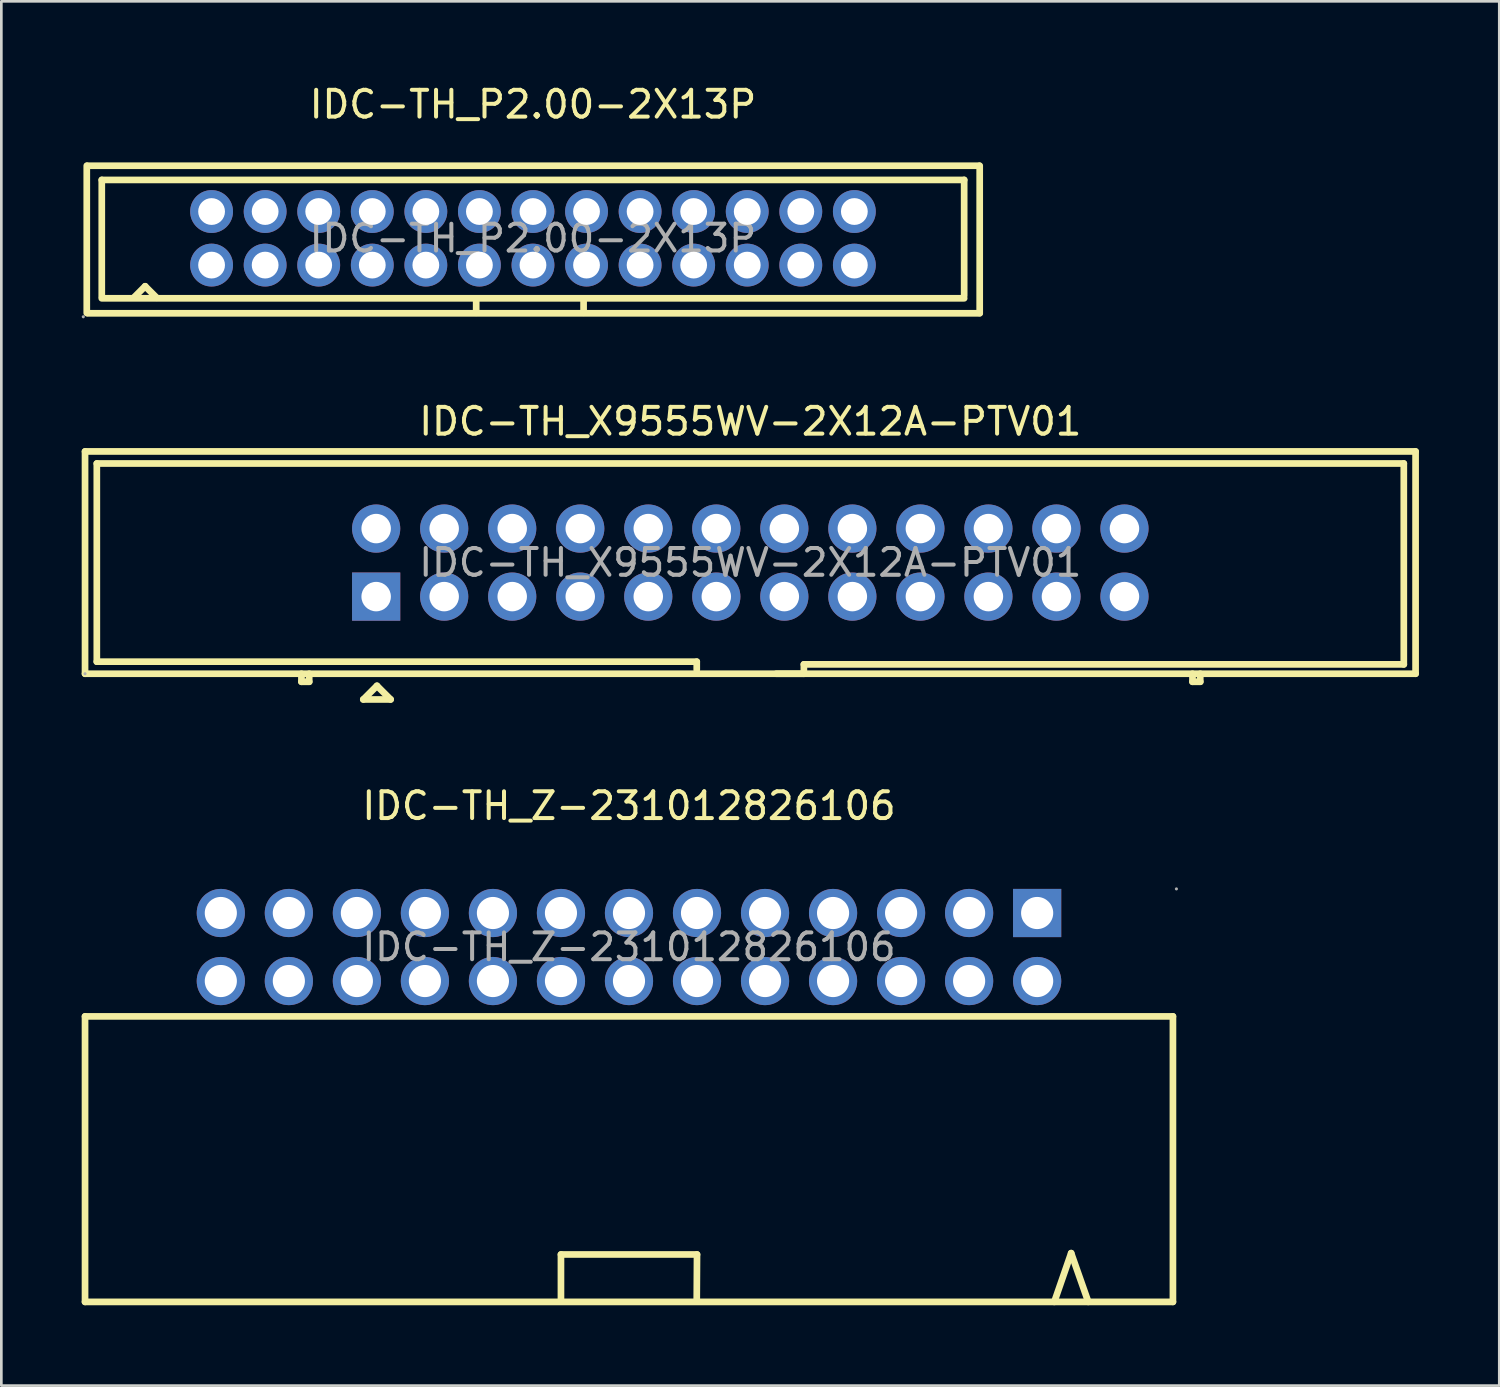
<source format=kicad_pcb>
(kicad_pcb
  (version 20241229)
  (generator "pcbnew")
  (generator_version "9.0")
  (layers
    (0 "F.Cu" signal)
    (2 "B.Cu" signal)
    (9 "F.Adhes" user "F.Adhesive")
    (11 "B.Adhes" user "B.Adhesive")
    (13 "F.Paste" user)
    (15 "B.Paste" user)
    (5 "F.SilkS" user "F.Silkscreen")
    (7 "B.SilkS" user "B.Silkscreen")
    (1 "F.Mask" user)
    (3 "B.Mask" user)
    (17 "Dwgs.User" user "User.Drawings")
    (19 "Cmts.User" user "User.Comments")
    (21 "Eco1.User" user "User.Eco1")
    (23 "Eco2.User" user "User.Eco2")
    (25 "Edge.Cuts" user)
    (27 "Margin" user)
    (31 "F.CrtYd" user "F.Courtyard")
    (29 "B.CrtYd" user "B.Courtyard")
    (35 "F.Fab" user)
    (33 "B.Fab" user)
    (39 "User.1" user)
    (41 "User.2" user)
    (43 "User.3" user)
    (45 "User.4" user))
  (footprint "IDC-TH_P2.00-2X13P"
    (layer "F.Cu")
    (at 16.85 5.848)
    (property "Reference" "IDC-TH_P2.00-2X13P" (at 0 -5 0) (layer "F.SilkS") (effects (font (size 1 1) (thickness 0.15))))
    (attr through_hole)
    (fp_line (start -16.66 -2.71) (end -16.66 2.79) (stroke (width 0.25) (type solid)) (layer "F.SilkS"))
    (fp_line (start -16.64 -2.71) (end 16.66 -2.71) (stroke (width 0.25) (type solid)) (layer "F.SilkS"))
    (fp_line (start -16.62 2.8) (end 16.68 2.8) (stroke (width 0.25) (type solid)) (layer "F.SilkS"))
    (fp_line (start -16.1 -2.18) (end -16.1 2.17) (stroke (width 0.25) (type solid)) (layer "F.SilkS"))
    (fp_line (start -16.1 -2.18) (end 16.1 -2.18) (stroke (width 0.25) (type solid)) (layer "F.SilkS"))
    (fp_line (start -16.1 2.24) (end 16.1 2.24) (stroke (width 0.25) (type solid)) (layer "F.SilkS"))
    (fp_line (start -14.88 2.19) (end -14.48 1.79) (stroke (width 0.25) (type solid)) (layer "F.SilkS"))
    (fp_line (start -14.48 1.79) (end -14.05 2.22) (stroke (width 0.25) (type solid)) (layer "F.SilkS"))
    (fp_line (start -2.12 2.24) (end -2.12 2.78) (stroke (width 0.25) (type solid)) (layer "F.SilkS"))
    (fp_line (start 1.89 2.27) (end 1.89 2.78) (stroke (width 0.25) (type solid)) (layer "F.SilkS"))
    (fp_line (start 16.1 -2.18) (end 16.1 2.14) (stroke (width 0.25) (type solid)) (layer "F.SilkS"))
    (fp_line (start 16.68 -2.71) (end 16.68 2.79) (stroke (width 0.25) (type solid)) (layer "F.SilkS"))
    (fp_circle (center -16.79 2.93) (end -16.76 2.93) (stroke (width 0.06) (type solid)) (fill no) (layer "F.Fab"))
    (fp_circle (center -12 -1) (end -11.8 -1) (stroke (width 0.4) (type solid)) (fill no) (layer "F.Fab"))
    (fp_circle (center -12 1) (end -11.8 1) (stroke (width 0.4) (type solid)) (fill no) (layer "F.Fab"))
    (fp_circle (center -10 -1) (end -9.8 -1) (stroke (width 0.4) (type solid)) (fill no) (layer "F.Fab"))
    (fp_circle (center -10 1) (end -9.8 1) (stroke (width 0.4) (type solid)) (fill no) (layer "F.Fab"))
    (fp_circle (center -8 -1) (end -7.8 -1) (stroke (width 0.4) (type solid)) (fill no) (layer "F.Fab"))
    (fp_circle (center -8 1) (end -7.8 1) (stroke (width 0.4) (type solid)) (fill no) (layer "F.Fab"))
    (fp_circle (center -6 -1) (end -5.8 -1) (stroke (width 0.4) (type solid)) (fill no) (layer "F.Fab"))
    (fp_circle (center -6 1) (end -5.8 1) (stroke (width 0.4) (type solid)) (fill no) (layer "F.Fab"))
    (fp_circle (center -4 -1) (end -3.8 -1) (stroke (width 0.4) (type solid)) (fill no) (layer "F.Fab"))
    (fp_circle (center -4 1) (end -3.8 1) (stroke (width 0.4) (type solid)) (fill no) (layer "F.Fab"))
    (fp_circle (center -2 -1) (end -1.8 -1) (stroke (width 0.4) (type solid)) (fill no) (layer "F.Fab"))
    (fp_circle (center -2 1) (end -1.8 1) (stroke (width 0.4) (type solid)) (fill no) (layer "F.Fab"))
    (fp_circle (center 0 -1) (end 0.2 -1) (stroke (width 0.4) (type solid)) (fill no) (layer "F.Fab"))
    (fp_circle (center 0 1) (end 0.2 1) (stroke (width 0.4) (type solid)) (fill no) (layer "F.Fab"))
    (fp_circle (center 2 -1) (end 2.2 -1) (stroke (width 0.4) (type solid)) (fill no) (layer "F.Fab"))
    (fp_circle (center 2 1) (end 2.2 1) (stroke (width 0.4) (type solid)) (fill no) (layer "F.Fab"))
    (fp_circle (center 4 -1) (end 4.2 -1) (stroke (width 0.4) (type solid)) (fill no) (layer "F.Fab"))
    (fp_circle (center 4 1) (end 4.2 1) (stroke (width 0.4) (type solid)) (fill no) (layer "F.Fab"))
    (fp_circle (center 6 -1) (end 6.2 -1) (stroke (width 0.4) (type solid)) (fill no) (layer "F.Fab"))
    (fp_circle (center 6 1) (end 6.2 1) (stroke (width 0.4) (type solid)) (fill no) (layer "F.Fab"))
    (fp_circle (center 8 -1) (end 8.2 -1) (stroke (width 0.4) (type solid)) (fill no) (layer "F.Fab"))
    (fp_circle (center 8 1) (end 8.2 1) (stroke (width 0.4) (type solid)) (fill no) (layer "F.Fab"))
    (fp_circle (center 10 -1) (end 10.2 -1) (stroke (width 0.4) (type solid)) (fill no) (layer "F.Fab"))
    (fp_circle (center 10 1) (end 10.2 1) (stroke (width 0.4) (type solid)) (fill no) (layer "F.Fab"))
    (fp_circle (center 12 -1) (end 12.2 -1) (stroke (width 0.4) (type solid)) (fill no) (layer "F.Fab"))
    (fp_circle (center 12 1) (end 12.2 1) (stroke (width 0.4) (type solid)) (fill no) (layer "F.Fab"))
    (fp_text user "${REFERENCE}" (at 0 0 0) (layer "F.Fab") (effects (font (size 1 1) (thickness 0.15))))
    (pad "1" thru_hole circle (at -12 1) (size 1.6 1.6) (drill 1) (layers "*.Cu" "*.Paste" "*.Mask"))
    (pad "2" thru_hole circle (at -12 -1) (size 1.6 1.6) (drill 1) (layers "*.Cu" "*.Paste" "*.Mask"))
    (pad "3" thru_hole circle (at -10 1) (size 1.6 1.6) (drill 1) (layers "*.Cu" "*.Paste" "*.Mask"))
    (pad "4" thru_hole circle (at -10 -1) (size 1.6 1.6) (drill 1) (layers "*.Cu" "*.Paste" "*.Mask"))
    (pad "5" thru_hole circle (at -8 1) (size 1.6 1.6) (drill 1) (layers "*.Cu" "*.Paste" "*.Mask"))
    (pad "6" thru_hole circle (at -8 -1) (size 1.6 1.6) (drill 1) (layers "*.Cu" "*.Paste" "*.Mask"))
    (pad "7" thru_hole circle (at -6 1) (size 1.6 1.6) (drill 1) (layers "*.Cu" "*.Paste" "*.Mask"))
    (pad "8" thru_hole circle (at -6 -1) (size 1.6 1.6) (drill 1) (layers "*.Cu" "*.Paste" "*.Mask"))
    (pad "9" thru_hole circle (at -4 1) (size 1.6 1.6) (drill 1) (layers "*.Cu" "*.Paste" "*.Mask"))
    (pad "10" thru_hole circle (at -4 -1) (size 1.6 1.6) (drill 1) (layers "*.Cu" "*.Paste" "*.Mask"))
    (pad "11" thru_hole circle (at -2 1) (size 1.6 1.6) (drill 1) (layers "*.Cu" "*.Paste" "*.Mask"))
    (pad "12" thru_hole circle (at -2 -1) (size 1.6 1.6) (drill 1) (layers "*.Cu" "*.Paste" "*.Mask"))
    (pad "13" thru_hole circle (at 0 1) (size 1.6 1.6) (drill 1) (layers "*.Cu" "*.Paste" "*.Mask"))
    (pad "14" thru_hole circle (at 0 -1) (size 1.6 1.6) (drill 1) (layers "*.Cu" "*.Paste" "*.Mask"))
    (pad "15" thru_hole circle (at 2 1) (size 1.6 1.6) (drill 1) (layers "*.Cu" "*.Paste" "*.Mask"))
    (pad "16" thru_hole circle (at 2 -1) (size 1.6 1.6) (drill 1) (layers "*.Cu" "*.Paste" "*.Mask"))
    (pad "17" thru_hole circle (at 4 1) (size 1.6 1.6) (drill 1) (layers "*.Cu" "*.Paste" "*.Mask"))
    (pad "18" thru_hole circle (at 4 -1) (size 1.6 1.6) (drill 1) (layers "*.Cu" "*.Paste" "*.Mask"))
    (pad "19" thru_hole circle (at 6 1) (size 1.6 1.6) (drill 1) (layers "*.Cu" "*.Paste" "*.Mask"))
    (pad "20" thru_hole circle (at 6 -1) (size 1.6 1.6) (drill 1) (layers "*.Cu" "*.Paste" "*.Mask"))
    (pad "21" thru_hole circle (at 8 1) (size 1.6 1.6) (drill 1) (layers "*.Cu" "*.Paste" "*.Mask"))
    (pad "22" thru_hole circle (at 8 -1) (size 1.6 1.6) (drill 1) (layers "*.Cu" "*.Paste" "*.Mask"))
    (pad "23" thru_hole circle (at 10 1) (size 1.6 1.6) (drill 1) (layers "*.Cu" "*.Paste" "*.Mask"))
    (pad "24" thru_hole circle (at 10 -1) (size 1.6 1.6) (drill 1) (layers "*.Cu" "*.Paste" "*.Mask"))
    (pad "25" thru_hole circle (at 12 1) (size 1.6 1.6) (drill 1) (layers "*.Cu" "*.Paste" "*.Mask"))
    (pad "26" thru_hole circle (at 12 -1) (size 1.6 1.6) (drill 1) (layers "*.Cu" "*.Paste" "*.Mask")))
  (footprint "IDC-TH_Z-231012826106"
    (layer "F.Cu")
    (at 20.435 32.31)
    (property "Reference" "IDC-TH_Z-231012826106" (at 0 -5.27 0) (layer "F.SilkS") (effects (font (size 1 1) (thickness 0.15))))
    (attr through_hole)
    (fp_line (start -20.31 2.59) (end 20.31 2.59) (stroke (width 0.25) (type solid)) (layer "F.SilkS"))
    (fp_line (start -20.31 13.25) (end -20.31 2.59) (stroke (width 0.25) (type solid)) (layer "F.SilkS"))
    (fp_line (start -2.54 11.48) (end 2.54 11.48) (stroke (width 0.25) (type solid)) (layer "F.SilkS"))
    (fp_line (start -2.54 13.24) (end -2.54 11.48) (stroke (width 0.25) (type solid)) (layer "F.SilkS"))
    (fp_line (start 2.54 11.48) (end 2.53 13.18) (stroke (width 0.25) (type solid)) (layer "F.SilkS"))
    (fp_line (start 15.88 13.25) (end 16.51 11.43) (stroke (width 0.25) (type solid)) (layer "F.SilkS"))
    (fp_line (start 16.51 11.43) (end 17.15 13.25) (stroke (width 0.25) (type solid)) (layer "F.SilkS"))
    (fp_line (start 20.31 2.59) (end 20.31 13.25) (stroke (width 0.25) (type solid)) (layer "F.SilkS"))
    (fp_line (start 20.31 13.25) (end -20.31 13.25) (stroke (width 0.25) (type solid)) (layer "F.SilkS"))
    (fp_circle (center -15.24 -1.27) (end -14.99 -1.27) (stroke (width 0.5) (type solid)) (fill no) (layer "F.Fab"))
    (fp_circle (center -15.24 1.27) (end -14.99 1.27) (stroke (width 0.5) (type solid)) (fill no) (layer "F.Fab"))
    (fp_circle (center -12.7 -1.27) (end -12.45 -1.27) (stroke (width 0.5) (type solid)) (fill no) (layer "F.Fab"))
    (fp_circle (center -12.7 1.27) (end -12.45 1.27) (stroke (width 0.5) (type solid)) (fill no) (layer "F.Fab"))
    (fp_circle (center -10.16 -1.27) (end -9.91 -1.27) (stroke (width 0.5) (type solid)) (fill no) (layer "F.Fab"))
    (fp_circle (center -10.16 1.27) (end -9.91 1.27) (stroke (width 0.5) (type solid)) (fill no) (layer "F.Fab"))
    (fp_circle (center -7.62 -1.27) (end -7.37 -1.27) (stroke (width 0.5) (type solid)) (fill no) (layer "F.Fab"))
    (fp_circle (center -7.62 1.27) (end -7.37 1.27) (stroke (width 0.5) (type solid)) (fill no) (layer "F.Fab"))
    (fp_circle (center -5.08 -1.27) (end -4.83 -1.27) (stroke (width 0.5) (type solid)) (fill no) (layer "F.Fab"))
    (fp_circle (center -5.08 1.27) (end -4.83 1.27) (stroke (width 0.5) (type solid)) (fill no) (layer "F.Fab"))
    (fp_circle (center -2.54 -1.27) (end -2.29 -1.27) (stroke (width 0.5) (type solid)) (fill no) (layer "F.Fab"))
    (fp_circle (center -2.54 1.27) (end -2.29 1.27) (stroke (width 0.5) (type solid)) (fill no) (layer "F.Fab"))
    (fp_circle (center 0 -1.27) (end 0.25 -1.27) (stroke (width 0.5) (type solid)) (fill no) (layer "F.Fab"))
    (fp_circle (center 0 1.27) (end 0.25 1.27) (stroke (width 0.5) (type solid)) (fill no) (layer "F.Fab"))
    (fp_circle (center 2.54 -1.27) (end 2.79 -1.27) (stroke (width 0.5) (type solid)) (fill no) (layer "F.Fab"))
    (fp_circle (center 2.54 1.27) (end 2.79 1.27) (stroke (width 0.5) (type solid)) (fill no) (layer "F.Fab"))
    (fp_circle (center 5.08 -1.27) (end 5.33 -1.27) (stroke (width 0.5) (type solid)) (fill no) (layer "F.Fab"))
    (fp_circle (center 5.08 1.27) (end 5.33 1.27) (stroke (width 0.5) (type solid)) (fill no) (layer "F.Fab"))
    (fp_circle (center 7.62 -1.27) (end 7.87 -1.27) (stroke (width 0.5) (type solid)) (fill no) (layer "F.Fab"))
    (fp_circle (center 7.62 1.27) (end 7.87 1.27) (stroke (width 0.5) (type solid)) (fill no) (layer "F.Fab"))
    (fp_circle (center 10.16 -1.27) (end 10.41 -1.27) (stroke (width 0.5) (type solid)) (fill no) (layer "F.Fab"))
    (fp_circle (center 10.16 1.27) (end 10.41 1.27) (stroke (width 0.5) (type solid)) (fill no) (layer "F.Fab"))
    (fp_circle (center 12.7 -1.27) (end 12.95 -1.27) (stroke (width 0.5) (type solid)) (fill no) (layer "F.Fab"))
    (fp_circle (center 12.7 1.27) (end 12.95 1.27) (stroke (width 0.5) (type solid)) (fill no) (layer "F.Fab"))
    (fp_circle (center 15.24 -1.27) (end 15.49 -1.27) (stroke (width 0.5) (type solid)) (fill no) (layer "F.Fab"))
    (fp_circle (center 15.24 1.27) (end 15.49 1.27) (stroke (width 0.5) (type solid)) (fill no) (layer "F.Fab"))
    (fp_circle (center 20.44 -2.17) (end 20.47 -2.17) (stroke (width 0.06) (type solid)) (fill no) (layer "F.Fab"))
    (fp_text user "${REFERENCE}" (at 0 0 0) (layer "F.Fab") (effects (font (size 1 1) (thickness 0.15))))
    (pad "1" thru_hole rect (at 15.24 -1.27 180) (size 1.8 1.8) (drill 1.2) (layers "*.Cu" "*.Paste" "*.Mask"))
    (pad "2" thru_hole circle (at 15.24 1.27 180) (size 1.8 1.8) (drill 1.2) (layers "*.Cu" "*.Paste" "*.Mask"))
    (pad "3" thru_hole circle (at 12.7 -1.27 180) (size 1.8 1.8) (drill 1.2) (layers "*.Cu" "*.Paste" "*.Mask"))
    (pad "4" thru_hole circle (at 12.7 1.27 180) (size 1.8 1.8) (drill 1.2) (layers "*.Cu" "*.Paste" "*.Mask"))
    (pad "5" thru_hole circle (at 10.16 -1.27 180) (size 1.8 1.8) (drill 1.2) (layers "*.Cu" "*.Paste" "*.Mask"))
    (pad "6" thru_hole circle (at 10.16 1.27 180) (size 1.8 1.8) (drill 1.2) (layers "*.Cu" "*.Paste" "*.Mask"))
    (pad "7" thru_hole circle (at 7.62 -1.27 180) (size 1.8 1.8) (drill 1.2) (layers "*.Cu" "*.Paste" "*.Mask"))
    (pad "8" thru_hole circle (at 7.62 1.27 180) (size 1.8 1.8) (drill 1.2) (layers "*.Cu" "*.Paste" "*.Mask"))
    (pad "9" thru_hole circle (at 5.08 -1.27 180) (size 1.8 1.8) (drill 1.2) (layers "*.Cu" "*.Paste" "*.Mask"))
    (pad "10" thru_hole circle (at 5.08 1.27 180) (size 1.8 1.8) (drill 1.2) (layers "*.Cu" "*.Paste" "*.Mask"))
    (pad "11" thru_hole circle (at 2.54 -1.27 180) (size 1.8 1.8) (drill 1.2) (layers "*.Cu" "*.Paste" "*.Mask"))
    (pad "12" thru_hole circle (at 2.54 1.27 180) (size 1.8 1.8) (drill 1.2) (layers "*.Cu" "*.Paste" "*.Mask"))
    (pad "13" thru_hole circle (at 0 -1.27 180) (size 1.8 1.8) (drill 1.2) (layers "*.Cu" "*.Paste" "*.Mask"))
    (pad "14" thru_hole circle (at 0 1.27 180) (size 1.8 1.8) (drill 1.2) (layers "*.Cu" "*.Paste" "*.Mask"))
    (pad "15" thru_hole circle (at -2.54 -1.27 180) (size 1.8 1.8) (drill 1.2) (layers "*.Cu" "*.Paste" "*.Mask"))
    (pad "16" thru_hole circle (at -2.54 1.27 180) (size 1.8 1.8) (drill 1.2) (layers "*.Cu" "*.Paste" "*.Mask"))
    (pad "17" thru_hole circle (at -5.08 -1.27 180) (size 1.8 1.8) (drill 1.2) (layers "*.Cu" "*.Paste" "*.Mask"))
    (pad "18" thru_hole circle (at -5.08 1.27 180) (size 1.8 1.8) (drill 1.2) (layers "*.Cu" "*.Paste" "*.Mask"))
    (pad "19" thru_hole circle (at -7.62 -1.27 180) (size 1.8 1.8) (drill 1.2) (layers "*.Cu" "*.Paste" "*.Mask"))
    (pad "20" thru_hole circle (at -7.62 1.27 180) (size 1.8 1.8) (drill 1.2) (layers "*.Cu" "*.Paste" "*.Mask"))
    (pad "21" thru_hole circle (at -10.16 -1.27 180) (size 1.8 1.8) (drill 1.2) (layers "*.Cu" "*.Paste" "*.Mask"))
    (pad "22" thru_hole circle (at -10.16 1.27 180) (size 1.8 1.8) (drill 1.2) (layers "*.Cu" "*.Paste" "*.Mask"))
    (pad "23" thru_hole circle (at -12.7 -1.27 180) (size 1.8 1.8) (drill 1.2) (layers "*.Cu" "*.Paste" "*.Mask"))
    (pad "24" thru_hole circle (at -12.7 1.27 180) (size 1.8 1.8) (drill 1.2) (layers "*.Cu" "*.Paste" "*.Mask"))
    (pad "25" thru_hole circle (at -15.24 -1.27 180) (size 1.8 1.8) (drill 1.2) (layers "*.Cu" "*.Paste" "*.Mask"))
    (pad "26" thru_hole circle (at -15.24 1.27 180) (size 1.8 1.8) (drill 1.2) (layers "*.Cu" "*.Paste" "*.Mask")))
  (footprint "IDC-TH_X9555WV-2X12A-PTV01"
    (layer "F.Cu")
    (at 24.965 17.956)
    (property "Reference" "IDC-TH_X9555WV-2X12A-PTV01" (at 0 -5.27 0) (layer "F.SilkS") (effects (font (size 1 1) (thickness 0.15))))
    (attr through_hole)
    (fp_line (start -24.84 -4.15) (end -24.84 4.15) (stroke (width 0.25) (type solid)) (layer "F.SilkS"))
    (fp_line (start -24.84 -4.15) (end 24.84 -4.15) (stroke (width 0.25) (type solid)) (layer "F.SilkS"))
    (fp_line (start -24.84 4.15) (end 24.84 4.15) (stroke (width 0.25) (type solid)) (layer "F.SilkS"))
    (fp_line (start -24.4 -3.7) (end 24.4 -3.7) (stroke (width 0.25) (type solid)) (layer "F.SilkS"))
    (fp_line (start -24.4 3.7) (end -24.4 -3.7) (stroke (width 0.25) (type solid)) (layer "F.SilkS"))
    (fp_line (start -16.76 4.45) (end -16.76 4.15) (stroke (width 0.25) (type solid)) (layer "F.SilkS"))
    (fp_line (start -16.47 4.15) (end -16.47 4.45) (stroke (width 0.25) (type solid)) (layer "F.SilkS"))
    (fp_line (start -16.47 4.45) (end -16.76 4.45) (stroke (width 0.25) (type solid)) (layer "F.SilkS"))
    (fp_line (start -14.45 5.11) (end -13.94 4.6) (stroke (width 0.25) (type solid)) (layer "F.SilkS"))
    (fp_line (start -13.94 4.6) (end -13.43 5.11) (stroke (width 0.25) (type solid)) (layer "F.SilkS"))
    (fp_line (start -13.43 5.11) (end -14.45 5.11) (stroke (width 0.25) (type solid)) (layer "F.SilkS"))
    (fp_line (start -2 3.7) (end -24.4 3.7) (stroke (width 0.25) (type solid)) (layer "F.SilkS"))
    (fp_line (start -2 4) (end -2 3.7) (stroke (width 0.25) (type solid)) (layer "F.SilkS"))
    (fp_line (start 2 3.8) (end 2 4.15) (stroke (width 0.25) (type solid)) (layer "F.SilkS"))
    (fp_line (start 2 4.15) (end 0.97 4.15) (stroke (width 0.25) (type solid)) (layer "F.SilkS"))
    (fp_line (start 16.51 4.45) (end 16.51 4.15) (stroke (width 0.25) (type solid)) (layer "F.SilkS"))
    (fp_line (start 16.8 4.15) (end 16.8 4.45) (stroke (width 0.25) (type solid)) (layer "F.SilkS"))
    (fp_line (start 16.8 4.45) (end 16.51 4.45) (stroke (width 0.25) (type solid)) (layer "F.SilkS"))
    (fp_line (start 24.4 -3.7) (end 24.4 3.8) (stroke (width 0.25) (type solid)) (layer "F.SilkS"))
    (fp_line (start 24.4 3.8) (end 2 3.8) (stroke (width 0.25) (type solid)) (layer "F.SilkS"))
    (fp_line (start 24.84 -4.15) (end 24.84 4.15) (stroke (width 0.25) (type solid)) (layer "F.SilkS"))
    (fp_circle (center -24.84 4.15) (end -24.81 4.15) (stroke (width 0.06) (type solid)) (fill no) (layer "F.Fab"))
    (fp_text user "${REFERENCE}" (at 0 0 0) (layer "F.Fab") (effects (font (size 1 1) (thickness 0.15))))
    (pad "1" thru_hole rect (at -13.97 1.27 90) (size 1.8 1.8) (drill 1.1) (layers "*.Cu" "*.Paste" "*.Mask"))
    (pad "2" thru_hole circle (at -13.97 -1.27 90) (size 1.8 1.8) (drill 1.1) (layers "*.Cu" "*.Paste" "*.Mask"))
    (pad "3" thru_hole circle (at -11.43 1.27 90) (size 1.8 1.8) (drill 1.1) (layers "*.Cu" "*.Paste" "*.Mask"))
    (pad "4" thru_hole circle (at -11.43 -1.27 90) (size 1.8 1.8) (drill 1.1) (layers "*.Cu" "*.Paste" "*.Mask"))
    (pad "5" thru_hole circle (at -8.89 1.27 90) (size 1.8 1.8) (drill 1.1) (layers "*.Cu" "*.Paste" "*.Mask"))
    (pad "6" thru_hole circle (at -8.89 -1.27 90) (size 1.8 1.8) (drill 1.1) (layers "*.Cu" "*.Paste" "*.Mask"))
    (pad "7" thru_hole circle (at -6.35 1.27 90) (size 1.8 1.8) (drill 1.1) (layers "*.Cu" "*.Paste" "*.Mask"))
    (pad "8" thru_hole circle (at -6.35 -1.27 90) (size 1.8 1.8) (drill 1.1) (layers "*.Cu" "*.Paste" "*.Mask"))
    (pad "9" thru_hole circle (at -3.81 1.27 90) (size 1.8 1.8) (drill 1.1) (layers "*.Cu" "*.Paste" "*.Mask"))
    (pad "10" thru_hole circle (at -3.81 -1.27 90) (size 1.8 1.8) (drill 1.1) (layers "*.Cu" "*.Paste" "*.Mask"))
    (pad "11" thru_hole circle (at -1.27 1.27 90) (size 1.8 1.8) (drill 1.1) (layers "*.Cu" "*.Paste" "*.Mask"))
    (pad "12" thru_hole circle (at -1.27 -1.27 90) (size 1.8 1.8) (drill 1.1) (layers "*.Cu" "*.Paste" "*.Mask"))
    (pad "13" thru_hole circle (at 1.27 1.27 90) (size 1.8 1.8) (drill 1.1) (layers "*.Cu" "*.Paste" "*.Mask"))
    (pad "14" thru_hole circle (at 1.27 -1.27 90) (size 1.8 1.8) (drill 1.1) (layers "*.Cu" "*.Paste" "*.Mask"))
    (pad "15" thru_hole circle (at 3.81 1.27 90) (size 1.8 1.8) (drill 1.1) (layers "*.Cu" "*.Paste" "*.Mask"))
    (pad "16" thru_hole circle (at 3.81 -1.27 90) (size 1.8 1.8) (drill 1.1) (layers "*.Cu" "*.Paste" "*.Mask"))
    (pad "17" thru_hole circle (at 6.35 1.27 90) (size 1.8 1.8) (drill 1.1) (layers "*.Cu" "*.Paste" "*.Mask"))
    (pad "18" thru_hole circle (at 6.35 -1.27 90) (size 1.8 1.8) (drill 1.1) (layers "*.Cu" "*.Paste" "*.Mask"))
    (pad "19" thru_hole circle (at 8.89 1.27 90) (size 1.8 1.8) (drill 1.1) (layers "*.Cu" "*.Paste" "*.Mask"))
    (pad "20" thru_hole circle (at 8.89 -1.27 90) (size 1.8 1.8) (drill 1.1) (layers "*.Cu" "*.Paste" "*.Mask"))
    (pad "21" thru_hole circle (at 11.43 1.27 90) (size 1.8 1.8) (drill 1.1) (layers "*.Cu" "*.Paste" "*.Mask"))
    (pad "22" thru_hole circle (at 11.43 -1.27 90) (size 1.8 1.8) (drill 1.1) (layers "*.Cu" "*.Paste" "*.Mask"))
    (pad "23" thru_hole circle (at 13.97 1.27 90) (size 1.8 1.8) (drill 1.1) (layers "*.Cu" "*.Paste" "*.Mask"))
    (pad "24" thru_hole circle (at 13.97 -1.27 90) (size 1.8 1.8) (drill 1.1) (layers "*.Cu" "*.Paste" "*.Mask")))
  (gr_rect
    (start -3 -3)
    (end 52.93 48.685)
    (stroke (width 0.1) (type default))
    (fill no)
    (layer "Edge.Cuts")))
</source>
